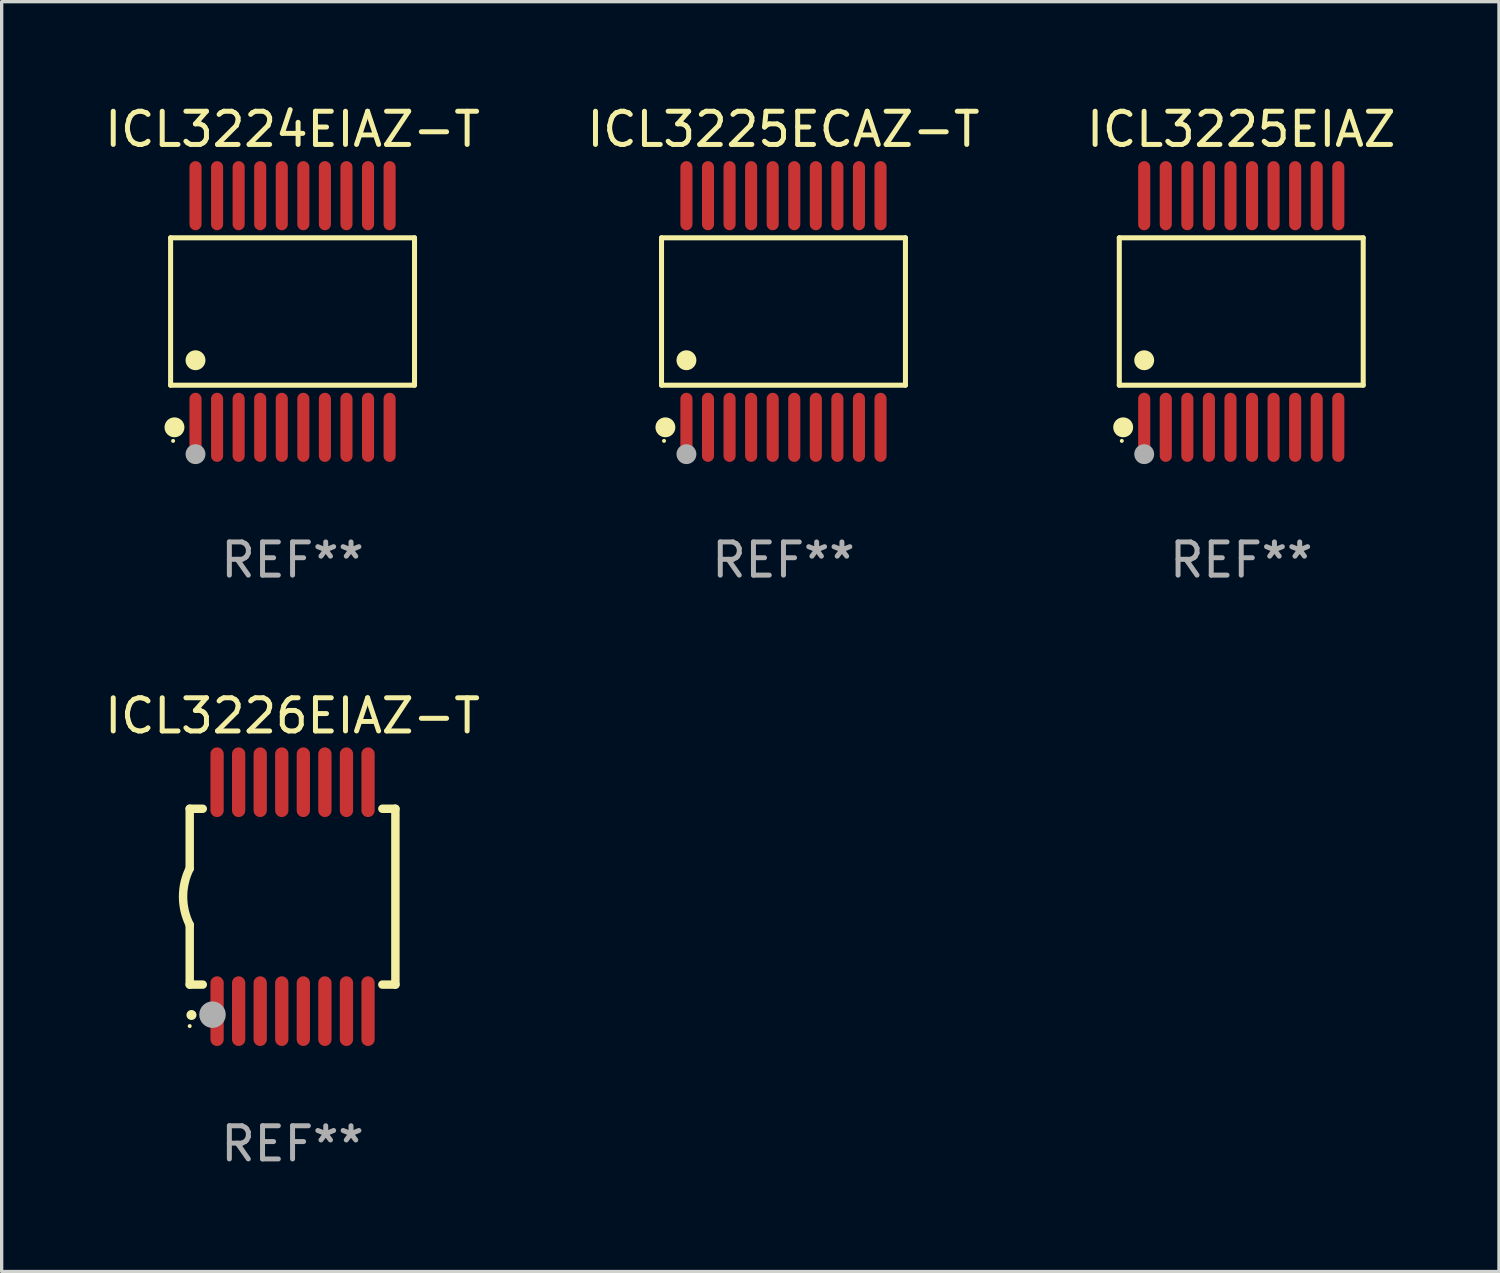
<source format=kicad_pcb>
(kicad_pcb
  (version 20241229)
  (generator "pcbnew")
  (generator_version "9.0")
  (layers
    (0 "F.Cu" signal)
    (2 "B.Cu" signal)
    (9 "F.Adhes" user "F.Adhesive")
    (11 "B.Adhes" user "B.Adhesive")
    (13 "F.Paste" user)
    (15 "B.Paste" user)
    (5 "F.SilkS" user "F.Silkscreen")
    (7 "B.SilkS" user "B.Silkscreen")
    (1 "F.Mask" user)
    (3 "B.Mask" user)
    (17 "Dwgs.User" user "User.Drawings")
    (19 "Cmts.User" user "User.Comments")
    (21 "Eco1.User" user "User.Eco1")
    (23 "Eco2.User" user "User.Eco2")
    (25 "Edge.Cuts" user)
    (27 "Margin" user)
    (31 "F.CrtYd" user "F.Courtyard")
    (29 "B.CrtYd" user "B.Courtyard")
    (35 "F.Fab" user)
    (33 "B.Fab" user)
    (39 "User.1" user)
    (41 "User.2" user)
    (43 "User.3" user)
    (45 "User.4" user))
  (footprint "ICL3225EIAZ"
    (layer "F.Cu")
    (at 34.363 6.339)
    (property "Reference" "ICL3225EIAZ" (at 0 -5.491 0) (layer "F.SilkS") (effects (font (size 1 1) (thickness 0.15))))
    (attr through_hole)
    (fp_line (start -3.676 -2.221) (end 3.676 -2.221) (stroke (width 0.152) (type solid)) (layer "F.SilkS"))
    (fp_line (start -3.676 2.221) (end -3.676 -2.221) (stroke (width 0.152) (type solid)) (layer "F.SilkS"))
    (fp_line (start 3.676 -2.221) (end 3.676 2.221) (stroke (width 0.152) (type solid)) (layer "F.SilkS"))
    (fp_line (start 3.676 2.221) (end -3.676 2.221) (stroke (width 0.152) (type solid)) (layer "F.SilkS"))
    (fp_circle (center -3.6 3.9) (end -3.57 3.9) (stroke (width 0.06) (type solid)) (fill no) (layer "F.SilkS"))
    (fp_circle (center -3.559 3.491) (end -3.409 3.491) (stroke (width 0.3) (type solid)) (fill no) (layer "F.SilkS"))
    (fp_circle (center -2.925 1.469) (end -2.775 1.469) (stroke (width 0.3) (type solid)) (fill no) (layer "F.SilkS"))
    (fp_circle (center -2.925 4.3) (end -2.775 4.3) (stroke (width 0.3) (type solid)) (fill no) (layer "F.Fab"))
    (fp_text user "REF**" (at 0 7.491 0) (layer "F.Fab") (effects (font (size 1 1) (thickness 0.15))))
    (pad "1" smd oval (at -2.925 3.491) (size 0.364 2.082) (layers "F.Cu" "F.Mask" "F.Paste"))
    (pad "2" smd oval (at -2.275 3.491) (size 0.364 2.082) (layers "F.Cu" "F.Mask" "F.Paste"))
    (pad "3" smd oval (at -1.625 3.491) (size 0.364 2.082) (layers "F.Cu" "F.Mask" "F.Paste"))
    (pad "4" smd oval (at -0.975 3.491) (size 0.364 2.082) (layers "F.Cu" "F.Mask" "F.Paste"))
    (pad "5" smd oval (at -0.325 3.491) (size 0.364 2.082) (layers "F.Cu" "F.Mask" "F.Paste"))
    (pad "6" smd oval (at 0.325 3.491) (size 0.364 2.082) (layers "F.Cu" "F.Mask" "F.Paste"))
    (pad "7" smd oval (at 0.975 3.491) (size 0.364 2.082) (layers "F.Cu" "F.Mask" "F.Paste"))
    (pad "8" smd oval (at 1.625 3.491) (size 0.364 2.082) (layers "F.Cu" "F.Mask" "F.Paste"))
    (pad "9" smd oval (at 2.275 3.491) (size 0.364 2.082) (layers "F.Cu" "F.Mask" "F.Paste"))
    (pad "10" smd oval (at 2.925 3.491) (size 0.364 2.082) (layers "F.Cu" "F.Mask" "F.Paste"))
    (pad "11" smd oval (at 2.925 -3.491) (size 0.364 2.082) (layers "F.Cu" "F.Mask" "F.Paste"))
    (pad "12" smd oval (at 2.275 -3.491) (size 0.364 2.082) (layers "F.Cu" "F.Mask" "F.Paste"))
    (pad "13" smd oval (at 1.625 -3.491) (size 0.364 2.082) (layers "F.Cu" "F.Mask" "F.Paste"))
    (pad "14" smd oval (at 0.975 -3.491) (size 0.364 2.082) (layers "F.Cu" "F.Mask" "F.Paste"))
    (pad "15" smd oval (at 0.325 -3.491) (size 0.364 2.082) (layers "F.Cu" "F.Mask" "F.Paste"))
    (pad "16" smd oval (at -0.325 -3.491) (size 0.364 2.082) (layers "F.Cu" "F.Mask" "F.Paste"))
    (pad "17" smd oval (at -0.975 -3.491) (size 0.364 2.082) (layers "F.Cu" "F.Mask" "F.Paste"))
    (pad "18" smd oval (at -1.625 -3.491) (size 0.364 2.082) (layers "F.Cu" "F.Mask" "F.Paste"))
    (pad "19" smd oval (at -2.275 -3.491) (size 0.364 2.082) (layers "F.Cu" "F.Mask" "F.Paste"))
    (pad "20" smd oval (at -2.925 -3.491) (size 0.364 2.082) (layers "F.Cu" "F.Mask" "F.Paste")))
  (footprint "ICL3225ECAZ-T"
    (layer "F.Cu")
    (at 20.565 6.339)
    (property "Reference" "ICL3225ECAZ-T" (at 0 -5.491 0) (layer "F.SilkS") (effects (font (size 1 1) (thickness 0.15))))
    (attr through_hole)
    (fp_line (start -3.676 -2.221) (end 3.676 -2.221) (stroke (width 0.152) (type solid)) (layer "F.SilkS"))
    (fp_line (start -3.676 2.221) (end -3.676 -2.221) (stroke (width 0.152) (type solid)) (layer "F.SilkS"))
    (fp_line (start 3.676 -2.221) (end 3.676 2.221) (stroke (width 0.152) (type solid)) (layer "F.SilkS"))
    (fp_line (start 3.676 2.221) (end -3.676 2.221) (stroke (width 0.152) (type solid)) (layer "F.SilkS"))
    (fp_circle (center -3.6 3.9) (end -3.57 3.9) (stroke (width 0.06) (type solid)) (fill no) (layer "F.SilkS"))
    (fp_circle (center -3.559 3.491) (end -3.409 3.491) (stroke (width 0.3) (type solid)) (fill no) (layer "F.SilkS"))
    (fp_circle (center -2.925 1.469) (end -2.775 1.469) (stroke (width 0.3) (type solid)) (fill no) (layer "F.SilkS"))
    (fp_circle (center -2.925 4.3) (end -2.775 4.3) (stroke (width 0.3) (type solid)) (fill no) (layer "F.Fab"))
    (fp_text user "REF**" (at 0 7.491 0) (layer "F.Fab") (effects (font (size 1 1) (thickness 0.15))))
    (pad "1" smd oval (at -2.925 3.491) (size 0.364 2.082) (layers "F.Cu" "F.Mask" "F.Paste"))
    (pad "2" smd oval (at -2.275 3.491) (size 0.364 2.082) (layers "F.Cu" "F.Mask" "F.Paste"))
    (pad "3" smd oval (at -1.625 3.491) (size 0.364 2.082) (layers "F.Cu" "F.Mask" "F.Paste"))
    (pad "4" smd oval (at -0.975 3.491) (size 0.364 2.082) (layers "F.Cu" "F.Mask" "F.Paste"))
    (pad "5" smd oval (at -0.325 3.491) (size 0.364 2.082) (layers "F.Cu" "F.Mask" "F.Paste"))
    (pad "6" smd oval (at 0.325 3.491) (size 0.364 2.082) (layers "F.Cu" "F.Mask" "F.Paste"))
    (pad "7" smd oval (at 0.975 3.491) (size 0.364 2.082) (layers "F.Cu" "F.Mask" "F.Paste"))
    (pad "8" smd oval (at 1.625 3.491) (size 0.364 2.082) (layers "F.Cu" "F.Mask" "F.Paste"))
    (pad "9" smd oval (at 2.275 3.491) (size 0.364 2.082) (layers "F.Cu" "F.Mask" "F.Paste"))
    (pad "10" smd oval (at 2.925 3.491) (size 0.364 2.082) (layers "F.Cu" "F.Mask" "F.Paste"))
    (pad "11" smd oval (at 2.925 -3.491) (size 0.364 2.082) (layers "F.Cu" "F.Mask" "F.Paste"))
    (pad "12" smd oval (at 2.275 -3.491) (size 0.364 2.082) (layers "F.Cu" "F.Mask" "F.Paste"))
    (pad "13" smd oval (at 1.625 -3.491) (size 0.364 2.082) (layers "F.Cu" "F.Mask" "F.Paste"))
    (pad "14" smd oval (at 0.975 -3.491) (size 0.364 2.082) (layers "F.Cu" "F.Mask" "F.Paste"))
    (pad "15" smd oval (at 0.325 -3.491) (size 0.364 2.082) (layers "F.Cu" "F.Mask" "F.Paste"))
    (pad "16" smd oval (at -0.325 -3.491) (size 0.364 2.082) (layers "F.Cu" "F.Mask" "F.Paste"))
    (pad "17" smd oval (at -0.975 -3.491) (size 0.364 2.082) (layers "F.Cu" "F.Mask" "F.Paste"))
    (pad "18" smd oval (at -1.625 -3.491) (size 0.364 2.082) (layers "F.Cu" "F.Mask" "F.Paste"))
    (pad "19" smd oval (at -2.275 -3.491) (size 0.364 2.082) (layers "F.Cu" "F.Mask" "F.Paste"))
    (pad "20" smd oval (at -2.925 -3.491) (size 0.364 2.082) (layers "F.Cu" "F.Mask" "F.Paste")))
  (footprint "ICL3224EIAZ-T"
    (layer "F.Cu")
    (at 5.768 6.339)
    (property "Reference" "ICL3224EIAZ-T" (at 0 -5.491 0) (layer "F.SilkS") (effects (font (size 1 1) (thickness 0.15))))
    (attr through_hole)
    (fp_line (start -3.676 -2.221) (end 3.676 -2.221) (stroke (width 0.152) (type solid)) (layer "F.SilkS"))
    (fp_line (start -3.676 2.221) (end -3.676 -2.221) (stroke (width 0.152) (type solid)) (layer "F.SilkS"))
    (fp_line (start 3.676 -2.221) (end 3.676 2.221) (stroke (width 0.152) (type solid)) (layer "F.SilkS"))
    (fp_line (start 3.676 2.221) (end -3.676 2.221) (stroke (width 0.152) (type solid)) (layer "F.SilkS"))
    (fp_circle (center -3.6 3.9) (end -3.57 3.9) (stroke (width 0.06) (type solid)) (fill no) (layer "F.SilkS"))
    (fp_circle (center -3.559 3.491) (end -3.409 3.491) (stroke (width 0.3) (type solid)) (fill no) (layer "F.SilkS"))
    (fp_circle (center -2.925 1.469) (end -2.775 1.469) (stroke (width 0.3) (type solid)) (fill no) (layer "F.SilkS"))
    (fp_circle (center -2.925 4.3) (end -2.775 4.3) (stroke (width 0.3) (type solid)) (fill no) (layer "F.Fab"))
    (fp_text user "REF**" (at 0 7.491 0) (layer "F.Fab") (effects (font (size 1 1) (thickness 0.15))))
    (pad "1" smd oval (at -2.925 3.491) (size 0.364 2.082) (layers "F.Cu" "F.Mask" "F.Paste"))
    (pad "2" smd oval (at -2.275 3.491) (size 0.364 2.082) (layers "F.Cu" "F.Mask" "F.Paste"))
    (pad "3" smd oval (at -1.625 3.491) (size 0.364 2.082) (layers "F.Cu" "F.Mask" "F.Paste"))
    (pad "4" smd oval (at -0.975 3.491) (size 0.364 2.082) (layers "F.Cu" "F.Mask" "F.Paste"))
    (pad "5" smd oval (at -0.325 3.491) (size 0.364 2.082) (layers "F.Cu" "F.Mask" "F.Paste"))
    (pad "6" smd oval (at 0.325 3.491) (size 0.364 2.082) (layers "F.Cu" "F.Mask" "F.Paste"))
    (pad "7" smd oval (at 0.975 3.491) (size 0.364 2.082) (layers "F.Cu" "F.Mask" "F.Paste"))
    (pad "8" smd oval (at 1.625 3.491) (size 0.364 2.082) (layers "F.Cu" "F.Mask" "F.Paste"))
    (pad "9" smd oval (at 2.275 3.491) (size 0.364 2.082) (layers "F.Cu" "F.Mask" "F.Paste"))
    (pad "10" smd oval (at 2.925 3.491) (size 0.364 2.082) (layers "F.Cu" "F.Mask" "F.Paste"))
    (pad "11" smd oval (at 2.925 -3.491) (size 0.364 2.082) (layers "F.Cu" "F.Mask" "F.Paste"))
    (pad "12" smd oval (at 2.275 -3.491) (size 0.364 2.082) (layers "F.Cu" "F.Mask" "F.Paste"))
    (pad "13" smd oval (at 1.625 -3.491) (size 0.364 2.082) (layers "F.Cu" "F.Mask" "F.Paste"))
    (pad "14" smd oval (at 0.975 -3.491) (size 0.364 2.082) (layers "F.Cu" "F.Mask" "F.Paste"))
    (pad "15" smd oval (at 0.325 -3.491) (size 0.364 2.082) (layers "F.Cu" "F.Mask" "F.Paste"))
    (pad "16" smd oval (at -0.325 -3.491) (size 0.364 2.082) (layers "F.Cu" "F.Mask" "F.Paste"))
    (pad "17" smd oval (at -0.975 -3.491) (size 0.364 2.082) (layers "F.Cu" "F.Mask" "F.Paste"))
    (pad "18" smd oval (at -1.625 -3.491) (size 0.364 2.082) (layers "F.Cu" "F.Mask" "F.Paste"))
    (pad "19" smd oval (at -2.275 -3.491) (size 0.364 2.082) (layers "F.Cu" "F.Mask" "F.Paste"))
    (pad "20" smd oval (at -2.925 -3.491) (size 0.364 2.082) (layers "F.Cu" "F.Mask" "F.Paste")))
  (footprint "ICL3226EIAZ-T"
    (layer "F.Cu")
    (at 5.768 23.977)
    (property "Reference" "ICL3226EIAZ-T" (at 0 -5.45 0) (layer "F.SilkS") (effects (font (size 1 1) (thickness 0.15))))
    (attr through_hole)
    (fp_line (start -3.1 -2.65) (end -3.1 -0.85) (stroke (width 0.254) (type solid)) (layer "F.SilkS"))
    (fp_line (start -3.1 -2.65) (end -2.706 -2.65) (stroke (width 0.254) (type solid)) (layer "F.SilkS"))
    (fp_line (start -3.1 2.65) (end -3.1 0.85) (stroke (width 0.254) (type solid)) (layer "F.SilkS"))
    (fp_line (start -3.1 2.65) (end -2.706 2.65) (stroke (width 0.254) (type solid)) (layer "F.SilkS"))
    (fp_line (start 2.706 -2.65) (end 3.1 -2.65) (stroke (width 0.254) (type solid)) (layer "F.SilkS"))
    (fp_line (start 2.706 2.65) (end 3.1 2.65) (stroke (width 0.254) (type solid)) (layer "F.SilkS"))
    (fp_line (start 3.1 -2.65) (end 3.1 2.65) (stroke (width 0.254) (type solid)) (layer "F.SilkS"))
    (fp_arc (start -3.098907 0.850902) (mid -3.300057 0.000523) (end -3.1 -0.850114) (stroke (width 0.254001) (type solid)) (layer "F.SilkS"))
    (fp_arc (start -3.048006 3.566066) (mid -3.046736 3.566061) (end -3.045466 3.566066) (stroke (width 0.3) (type solid)) (layer "F.SilkS"))
    (fp_circle (center -3.1 3.9) (end -3.07 3.9) (stroke (width 0.06) (type solid)) (fill no) (layer "F.SilkS"))
    (fp_circle (center -2.413 3.556) (end -2.213 3.556) (stroke (width 0.4) (type solid)) (fill no) (layer "F.Fab"))
    (fp_text user "REF**" (at 0 7.45 0) (layer "F.Fab") (effects (font (size 1 1) (thickness 0.15))))
    (pad "1" smd oval (at -2.275 3.45 180) (size 0.4 2.1) (layers "F.Cu" "F.Mask" "F.Paste"))
    (pad "2" smd oval (at -1.625 3.45 180) (size 0.4 2.1) (layers "F.Cu" "F.Mask" "F.Paste"))
    (pad "3" smd oval (at -0.975 3.45 180) (size 0.4 2.1) (layers "F.Cu" "F.Mask" "F.Paste"))
    (pad "4" smd oval (at -0.325 3.45 180) (size 0.4 2.1) (layers "F.Cu" "F.Mask" "F.Paste"))
    (pad "5" smd oval (at 0.325 3.45 180) (size 0.4 2.1) (layers "F.Cu" "F.Mask" "F.Paste"))
    (pad "6" smd oval (at 0.975 3.45 180) (size 0.4 2.1) (layers "F.Cu" "F.Mask" "F.Paste"))
    (pad "7" smd oval (at 1.625 3.45 180) (size 0.4 2.1) (layers "F.Cu" "F.Mask" "F.Paste"))
    (pad "8" smd oval (at 2.275 3.45 180) (size 0.4 2.1) (layers "F.Cu" "F.Mask" "F.Paste"))
    (pad "9" smd oval (at 2.275 -3.45 180) (size 0.4 2.1) (layers "F.Cu" "F.Mask" "F.Paste"))
    (pad "10" smd oval (at 1.625 -3.45 180) (size 0.4 2.1) (layers "F.Cu" "F.Mask" "F.Paste"))
    (pad "11" smd oval (at 0.975 -3.45 180) (size 0.4 2.1) (layers "F.Cu" "F.Mask" "F.Paste"))
    (pad "12" smd oval (at 0.325 -3.45 180) (size 0.4 2.1) (layers "F.Cu" "F.Mask" "F.Paste"))
    (pad "13" smd oval (at -0.325 -3.45 180) (size 0.4 2.1) (layers "F.Cu" "F.Mask" "F.Paste"))
    (pad "14" smd oval (at -0.975 -3.45 180) (size 0.4 2.1) (layers "F.Cu" "F.Mask" "F.Paste"))
    (pad "15" smd oval (at -1.625 -3.45 180) (size 0.4 2.1) (layers "F.Cu" "F.Mask" "F.Paste"))
    (pad "16" smd oval (at -2.275 -3.45 180) (size 0.4 2.1) (layers "F.Cu" "F.Mask" "F.Paste")))
  (gr_rect
    (start -3 -3)
    (end 42.131 35.275)
    (stroke (width 0.1) (type default))
    (fill no)
    (layer "Edge.Cuts")))
</source>
